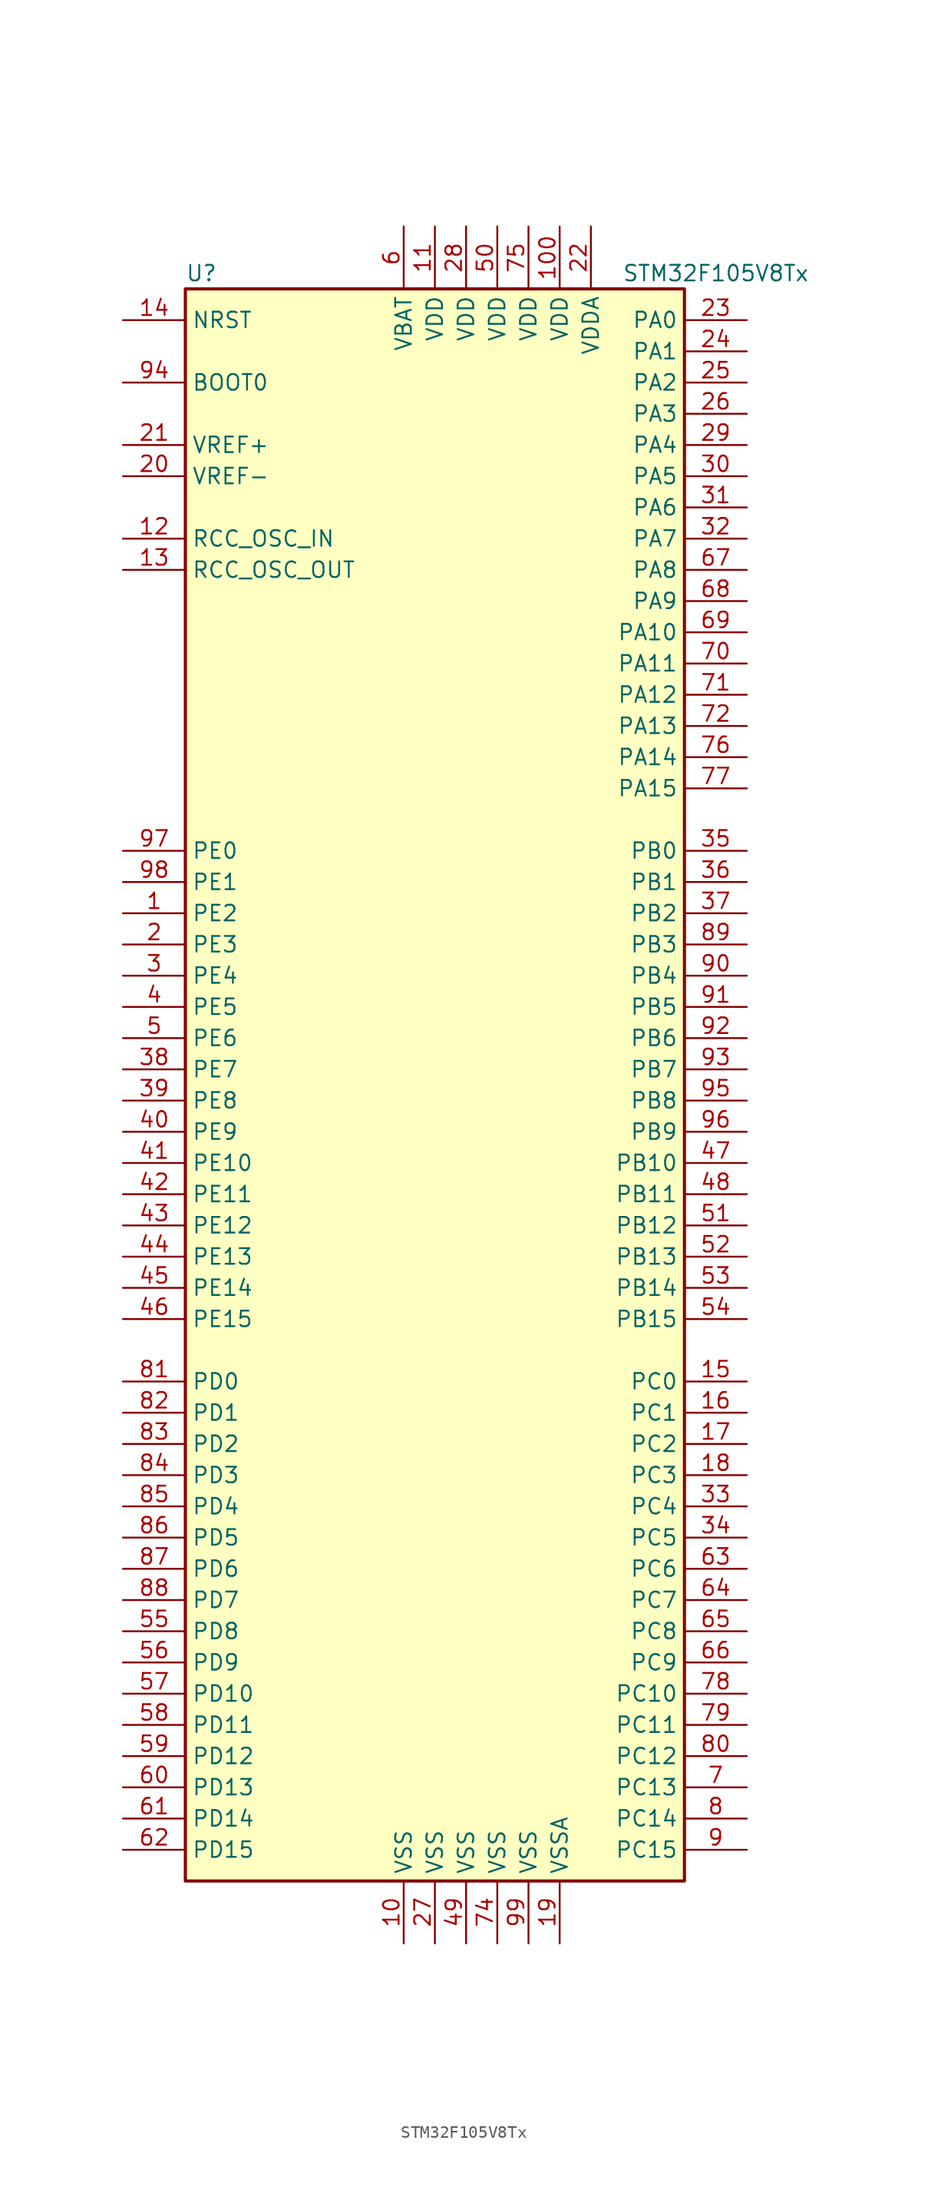
<source format=kicad_sym>
(kicad_symbol_lib
  (version 20211014)
  (generator kicad_symbol_editor)
  (symbol "STM32F105V8Tx"
    (property "Reference" "U"
      (at -20.32 64.77 0)
      (effects (font (size 1.27 1.27)) (justify left)))
    (property "Value" "STM32F105V8Tx"
      (at 15.24 64.77 0)
      (effects (font (size 1.27 1.27)) (justify left)))
    (symbol "STM32F105V8Tx_0_1"
      (rectangle (start -20.32 -66.04) (end 20.32 63.5) (stroke (width 0.254) (type default) (color 0 0 0 0)) (fill (type background))))
    (symbol "STM32F105V8Tx_1_1"
      (pin bidirectional line (at -25.4 12.7 0) (length 5.08) (name "PE2" (effects (font (size 1.27 1.27)))) (number "1" (effects (font (size 1.27 1.27)))))
      (pin power_in line (at -2.54 -71.12 90) (length 5.08) (name "VSS" (effects (font (size 1.27 1.27)))) (number "10" (effects (font (size 1.27 1.27)))))
      (pin power_in line (at 10.16 68.58 270) (length 5.08) (name "VDD" (effects (font (size 1.27 1.27)))) (number "100" (effects (font (size 1.27 1.27)))))
      (pin power_in line (at 0 68.58 270) (length 5.08) (name "VDD" (effects (font (size 1.27 1.27)))) (number "11" (effects (font (size 1.27 1.27)))))
      (pin input line (at -25.4 43.18 0) (length 5.08) (name "RCC_OSC_IN" (effects (font (size 1.27 1.27)))) (number "12" (effects (font (size 1.27 1.27)))))
      (pin input line (at -25.4 40.64 0) (length 5.08) (name "RCC_OSC_OUT" (effects (font (size 1.27 1.27)))) (number "13" (effects (font (size 1.27 1.27)))))
      (pin input line (at -25.4 60.96 0) (length 5.08) (name "NRST" (effects (font (size 1.27 1.27)))) (number "14" (effects (font (size 1.27 1.27)))))
      (pin bidirectional line (at 25.4 -25.4 180) (length 5.08) (name "PC0" (effects (font (size 1.27 1.27)))) (number "15" (effects (font (size 1.27 1.27)))))
      (pin bidirectional line (at 25.4 -27.94 180) (length 5.08) (name "PC1" (effects (font (size 1.27 1.27)))) (number "16" (effects (font (size 1.27 1.27)))))
      (pin bidirectional line (at 25.4 -30.48 180) (length 5.08) (name "PC2" (effects (font (size 1.27 1.27)))) (number "17" (effects (font (size 1.27 1.27)))))
      (pin bidirectional line (at 25.4 -33.02 180) (length 5.08) (name "PC3" (effects (font (size 1.27 1.27)))) (number "18" (effects (font (size 1.27 1.27)))))
      (pin power_in line (at 10.16 -71.12 90) (length 5.08) (name "VSSA" (effects (font (size 1.27 1.27)))) (number "19" (effects (font (size 1.27 1.27)))))
      (pin bidirectional line (at -25.4 10.16 0) (length 5.08) (name "PE3" (effects (font (size 1.27 1.27)))) (number "2" (effects (font (size 1.27 1.27)))))
      (pin power_in line (at -25.4 48.26 0) (length 5.08) (name "VREF-" (effects (font (size 1.27 1.27)))) (number "20" (effects (font (size 1.27 1.27)))))
      (pin power_in line (at -25.4 50.8 0) (length 5.08) (name "VREF+" (effects (font (size 1.27 1.27)))) (number "21" (effects (font (size 1.27 1.27)))))
      (pin power_in line (at 12.7 68.58 270) (length 5.08) (name "VDDA" (effects (font (size 1.27 1.27)))) (number "22" (effects (font (size 1.27 1.27)))))
      (pin bidirectional line (at 25.4 60.96 180) (length 5.08) (name "PA0" (effects (font (size 1.27 1.27)))) (number "23" (effects (font (size 1.27 1.27)))))
      (pin bidirectional line (at 25.4 58.42 180) (length 5.08) (name "PA1" (effects (font (size 1.27 1.27)))) (number "24" (effects (font (size 1.27 1.27)))))
      (pin bidirectional line (at 25.4 55.88 180) (length 5.08) (name "PA2" (effects (font (size 1.27 1.27)))) (number "25" (effects (font (size 1.27 1.27)))))
      (pin bidirectional line (at 25.4 53.34 180) (length 5.08) (name "PA3" (effects (font (size 1.27 1.27)))) (number "26" (effects (font (size 1.27 1.27)))))
      (pin power_in line (at 0 -71.12 90) (length 5.08) (name "VSS" (effects (font (size 1.27 1.27)))) (number "27" (effects (font (size 1.27 1.27)))))
      (pin power_in line (at 2.54 68.58 270) (length 5.08) (name "VDD" (effects (font (size 1.27 1.27)))) (number "28" (effects (font (size 1.27 1.27)))))
      (pin bidirectional line (at 25.4 50.8 180) (length 5.08) (name "PA4" (effects (font (size 1.27 1.27)))) (number "29" (effects (font (size 1.27 1.27)))))
      (pin bidirectional line (at -25.4 7.62 0) (length 5.08) (name "PE4" (effects (font (size 1.27 1.27)))) (number "3" (effects (font (size 1.27 1.27)))))
      (pin bidirectional line (at 25.4 48.26 180) (length 5.08) (name "PA5" (effects (font (size 1.27 1.27)))) (number "30" (effects (font (size 1.27 1.27)))))
      (pin bidirectional line (at 25.4 45.72 180) (length 5.08) (name "PA6" (effects (font (size 1.27 1.27)))) (number "31" (effects (font (size 1.27 1.27)))))
      (pin bidirectional line (at 25.4 43.18 180) (length 5.08) (name "PA7" (effects (font (size 1.27 1.27)))) (number "32" (effects (font (size 1.27 1.27)))))
      (pin bidirectional line (at 25.4 -35.56 180) (length 5.08) (name "PC4" (effects (font (size 1.27 1.27)))) (number "33" (effects (font (size 1.27 1.27)))))
      (pin bidirectional line (at 25.4 -38.1 180) (length 5.08) (name "PC5" (effects (font (size 1.27 1.27)))) (number "34" (effects (font (size 1.27 1.27)))))
      (pin bidirectional line (at 25.4 17.78 180) (length 5.08) (name "PB0" (effects (font (size 1.27 1.27)))) (number "35" (effects (font (size 1.27 1.27)))))
      (pin bidirectional line (at 25.4 15.24 180) (length 5.08) (name "PB1" (effects (font (size 1.27 1.27)))) (number "36" (effects (font (size 1.27 1.27)))))
      (pin bidirectional line (at 25.4 12.7 180) (length 5.08) (name "PB2" (effects (font (size 1.27 1.27)))) (number "37" (effects (font (size 1.27 1.27)))))
      (pin bidirectional line (at -25.4 0 0) (length 5.08) (name "PE7" (effects (font (size 1.27 1.27)))) (number "38" (effects (font (size 1.27 1.27)))))
      (pin bidirectional line (at -25.4 -2.54 0) (length 5.08) (name "PE8" (effects (font (size 1.27 1.27)))) (number "39" (effects (font (size 1.27 1.27)))))
      (pin bidirectional line (at -25.4 5.08 0) (length 5.08) (name "PE5" (effects (font (size 1.27 1.27)))) (number "4" (effects (font (size 1.27 1.27)))))
      (pin bidirectional line (at -25.4 -5.08 0) (length 5.08) (name "PE9" (effects (font (size 1.27 1.27)))) (number "40" (effects (font (size 1.27 1.27)))))
      (pin bidirectional line (at -25.4 -7.62 0) (length 5.08) (name "PE10" (effects (font (size 1.27 1.27)))) (number "41" (effects (font (size 1.27 1.27)))))
      (pin bidirectional line (at -25.4 -10.16 0) (length 5.08) (name "PE11" (effects (font (size 1.27 1.27)))) (number "42" (effects (font (size 1.27 1.27)))))
      (pin bidirectional line (at -25.4 -12.7 0) (length 5.08) (name "PE12" (effects (font (size 1.27 1.27)))) (number "43" (effects (font (size 1.27 1.27)))))
      (pin bidirectional line (at -25.4 -15.24 0) (length 5.08) (name "PE13" (effects (font (size 1.27 1.27)))) (number "44" (effects (font (size 1.27 1.27)))))
      (pin bidirectional line (at -25.4 -17.78 0) (length 5.08) (name "PE14" (effects (font (size 1.27 1.27)))) (number "45" (effects (font (size 1.27 1.27)))))
      (pin bidirectional line (at -25.4 -20.32 0) (length 5.08) (name "PE15" (effects (font (size 1.27 1.27)))) (number "46" (effects (font (size 1.27 1.27)))))
      (pin bidirectional line (at 25.4 -7.62 180) (length 5.08) (name "PB10" (effects (font (size 1.27 1.27)))) (number "47" (effects (font (size 1.27 1.27)))))
      (pin bidirectional line (at 25.4 -10.16 180) (length 5.08) (name "PB11" (effects (font (size 1.27 1.27)))) (number "48" (effects (font (size 1.27 1.27)))))
      (pin power_in line (at 2.54 -71.12 90) (length 5.08) (name "VSS" (effects (font (size 1.27 1.27)))) (number "49" (effects (font (size 1.27 1.27)))))
      (pin bidirectional line (at -25.4 2.54 0) (length 5.08) (name "PE6" (effects (font (size 1.27 1.27)))) (number "5" (effects (font (size 1.27 1.27)))))
      (pin power_in line (at 5.08 68.58 270) (length 5.08) (name "VDD" (effects (font (size 1.27 1.27)))) (number "50" (effects (font (size 1.27 1.27)))))
      (pin bidirectional line (at 25.4 -12.7 180) (length 5.08) (name "PB12" (effects (font (size 1.27 1.27)))) (number "51" (effects (font (size 1.27 1.27)))))
      (pin bidirectional line (at 25.4 -15.24 180) (length 5.08) (name "PB13" (effects (font (size 1.27 1.27)))) (number "52" (effects (font (size 1.27 1.27)))))
      (pin bidirectional line (at 25.4 -17.78 180) (length 5.08) (name "PB14" (effects (font (size 1.27 1.27)))) (number "53" (effects (font (size 1.27 1.27)))))
      (pin bidirectional line (at 25.4 -20.32 180) (length 5.08) (name "PB15" (effects (font (size 1.27 1.27)))) (number "54" (effects (font (size 1.27 1.27)))))
      (pin bidirectional line (at -25.4 -45.72 0) (length 5.08) (name "PD8" (effects (font (size 1.27 1.27)))) (number "55" (effects (font (size 1.27 1.27)))))
      (pin bidirectional line (at -25.4 -48.26 0) (length 5.08) (name "PD9" (effects (font (size 1.27 1.27)))) (number "56" (effects (font (size 1.27 1.27)))))
      (pin bidirectional line (at -25.4 -50.8 0) (length 5.08) (name "PD10" (effects (font (size 1.27 1.27)))) (number "57" (effects (font (size 1.27 1.27)))))
      (pin bidirectional line (at -25.4 -53.34 0) (length 5.08) (name "PD11" (effects (font (size 1.27 1.27)))) (number "58" (effects (font (size 1.27 1.27)))))
      (pin bidirectional line (at -25.4 -55.88 0) (length 5.08) (name "PD12" (effects (font (size 1.27 1.27)))) (number "59" (effects (font (size 1.27 1.27)))))
      (pin power_in line (at -2.54 68.58 270) (length 5.08) (name "VBAT" (effects (font (size 1.27 1.27)))) (number "6" (effects (font (size 1.27 1.27)))))
      (pin bidirectional line (at -25.4 -58.42 0) (length 5.08) (name "PD13" (effects (font (size 1.27 1.27)))) (number "60" (effects (font (size 1.27 1.27)))))
      (pin bidirectional line (at -25.4 -60.96 0) (length 5.08) (name "PD14" (effects (font (size 1.27 1.27)))) (number "61" (effects (font (size 1.27 1.27)))))
      (pin bidirectional line (at -25.4 -63.5 0) (length 5.08) (name "PD15" (effects (font (size 1.27 1.27)))) (number "62" (effects (font (size 1.27 1.27)))))
      (pin bidirectional line (at 25.4 -40.64 180) (length 5.08) (name "PC6" (effects (font (size 1.27 1.27)))) (number "63" (effects (font (size 1.27 1.27)))))
      (pin bidirectional line (at 25.4 -43.18 180) (length 5.08) (name "PC7" (effects (font (size 1.27 1.27)))) (number "64" (effects (font (size 1.27 1.27)))))
      (pin bidirectional line (at 25.4 -45.72 180) (length 5.08) (name "PC8" (effects (font (size 1.27 1.27)))) (number "65" (effects (font (size 1.27 1.27)))))
      (pin bidirectional line (at 25.4 -48.26 180) (length 5.08) (name "PC9" (effects (font (size 1.27 1.27)))) (number "66" (effects (font (size 1.27 1.27)))))
      (pin bidirectional line (at 25.4 40.64 180) (length 5.08) (name "PA8" (effects (font (size 1.27 1.27)))) (number "67" (effects (font (size 1.27 1.27)))))
      (pin bidirectional line (at 25.4 38.1 180) (length 5.08) (name "PA9" (effects (font (size 1.27 1.27)))) (number "68" (effects (font (size 1.27 1.27)))))
      (pin bidirectional line (at 25.4 35.56 180) (length 5.08) (name "PA10" (effects (font (size 1.27 1.27)))) (number "69" (effects (font (size 1.27 1.27)))))
      (pin bidirectional line (at 25.4 -58.42 180) (length 5.08) (name "PC13" (effects (font (size 1.27 1.27)))) (number "7" (effects (font (size 1.27 1.27)))))
      (pin bidirectional line (at 25.4 33.02 180) (length 5.08) (name "PA11" (effects (font (size 1.27 1.27)))) (number "70" (effects (font (size 1.27 1.27)))))
      (pin bidirectional line (at 25.4 30.48 180) (length 5.08) (name "PA12" (effects (font (size 1.27 1.27)))) (number "71" (effects (font (size 1.27 1.27)))))
      (pin bidirectional line (at 25.4 27.94 180) (length 5.08) (name "PA13" (effects (font (size 1.27 1.27)))) (number "72" (effects (font (size 1.27 1.27)))))
      (pin no_connect line (at -20.32 -63.5 0) (length 5.08) hide (name "NC" (effects (font (size 1.27 1.27)))) (number "73" (effects (font (size 1.27 1.27)))))
      (pin power_in line (at 5.08 -71.12 90) (length 5.08) (name "VSS" (effects (font (size 1.27 1.27)))) (number "74" (effects (font (size 1.27 1.27)))))
      (pin power_in line (at 7.62 68.58 270) (length 5.08) (name "VDD" (effects (font (size 1.27 1.27)))) (number "75" (effects (font (size 1.27 1.27)))))
      (pin bidirectional line (at 25.4 25.4 180) (length 5.08) (name "PA14" (effects (font (size 1.27 1.27)))) (number "76" (effects (font (size 1.27 1.27)))))
      (pin bidirectional line (at 25.4 22.86 180) (length 5.08) (name "PA15" (effects (font (size 1.27 1.27)))) (number "77" (effects (font (size 1.27 1.27)))))
      (pin bidirectional line (at 25.4 -50.8 180) (length 5.08) (name "PC10" (effects (font (size 1.27 1.27)))) (number "78" (effects (font (size 1.27 1.27)))))
      (pin bidirectional line (at 25.4 -53.34 180) (length 5.08) (name "PC11" (effects (font (size 1.27 1.27)))) (number "79" (effects (font (size 1.27 1.27)))))
      (pin bidirectional line (at 25.4 -60.96 180) (length 5.08) (name "PC14" (effects (font (size 1.27 1.27)))) (number "8" (effects (font (size 1.27 1.27)))))
      (pin bidirectional line (at 25.4 -55.88 180) (length 5.08) (name "PC12" (effects (font (size 1.27 1.27)))) (number "80" (effects (font (size 1.27 1.27)))))
      (pin bidirectional line (at -25.4 -25.4 0) (length 5.08) (name "PD0" (effects (font (size 1.27 1.27)))) (number "81" (effects (font (size 1.27 1.27)))))
      (pin bidirectional line (at -25.4 -27.94 0) (length 5.08) (name "PD1" (effects (font (size 1.27 1.27)))) (number "82" (effects (font (size 1.27 1.27)))))
      (pin bidirectional line (at -25.4 -30.48 0) (length 5.08) (name "PD2" (effects (font (size 1.27 1.27)))) (number "83" (effects (font (size 1.27 1.27)))))
      (pin bidirectional line (at -25.4 -33.02 0) (length 5.08) (name "PD3" (effects (font (size 1.27 1.27)))) (number "84" (effects (font (size 1.27 1.27)))))
      (pin bidirectional line (at -25.4 -35.56 0) (length 5.08) (name "PD4" (effects (font (size 1.27 1.27)))) (number "85" (effects (font (size 1.27 1.27)))))
      (pin bidirectional line (at -25.4 -38.1 0) (length 5.08) (name "PD5" (effects (font (size 1.27 1.27)))) (number "86" (effects (font (size 1.27 1.27)))))
      (pin bidirectional line (at -25.4 -40.64 0) (length 5.08) (name "PD6" (effects (font (size 1.27 1.27)))) (number "87" (effects (font (size 1.27 1.27)))))
      (pin bidirectional line (at -25.4 -43.18 0) (length 5.08) (name "PD7" (effects (font (size 1.27 1.27)))) (number "88" (effects (font (size 1.27 1.27)))))
      (pin bidirectional line (at 25.4 10.16 180) (length 5.08) (name "PB3" (effects (font (size 1.27 1.27)))) (number "89" (effects (font (size 1.27 1.27)))))
      (pin bidirectional line (at 25.4 -63.5 180) (length 5.08) (name "PC15" (effects (font (size 1.27 1.27)))) (number "9" (effects (font (size 1.27 1.27)))))
      (pin bidirectional line (at 25.4 7.62 180) (length 5.08) (name "PB4" (effects (font (size 1.27 1.27)))) (number "90" (effects (font (size 1.27 1.27)))))
      (pin bidirectional line (at 25.4 5.08 180) (length 5.08) (name "PB5" (effects (font (size 1.27 1.27)))) (number "91" (effects (font (size 1.27 1.27)))))
      (pin bidirectional line (at 25.4 2.54 180) (length 5.08) (name "PB6" (effects (font (size 1.27 1.27)))) (number "92" (effects (font (size 1.27 1.27)))))
      (pin bidirectional line (at 25.4 0 180) (length 5.08) (name "PB7" (effects (font (size 1.27 1.27)))) (number "93" (effects (font (size 1.27 1.27)))))
      (pin input line (at -25.4 55.88 0) (length 5.08) (name "BOOT0" (effects (font (size 1.27 1.27)))) (number "94" (effects (font (size 1.27 1.27)))))
      (pin bidirectional line (at 25.4 -2.54 180) (length 5.08) (name "PB8" (effects (font (size 1.27 1.27)))) (number "95" (effects (font (size 1.27 1.27)))))
      (pin bidirectional line (at 25.4 -5.08 180) (length 5.08) (name "PB9" (effects (font (size 1.27 1.27)))) (number "96" (effects (font (size 1.27 1.27)))))
      (pin bidirectional line (at -25.4 17.78 0) (length 5.08) (name "PE0" (effects (font (size 1.27 1.27)))) (number "97" (effects (font (size 1.27 1.27)))))
      (pin bidirectional line (at -25.4 15.24 0) (length 5.08) (name "PE1" (effects (font (size 1.27 1.27)))) (number "98" (effects (font (size 1.27 1.27)))))
      (pin power_in line (at 7.62 -71.12 90) (length 5.08) (name "VSS" (effects (font (size 1.27 1.27)))) (number "99" (effects (font (size 1.27 1.27))))))))
</source>
